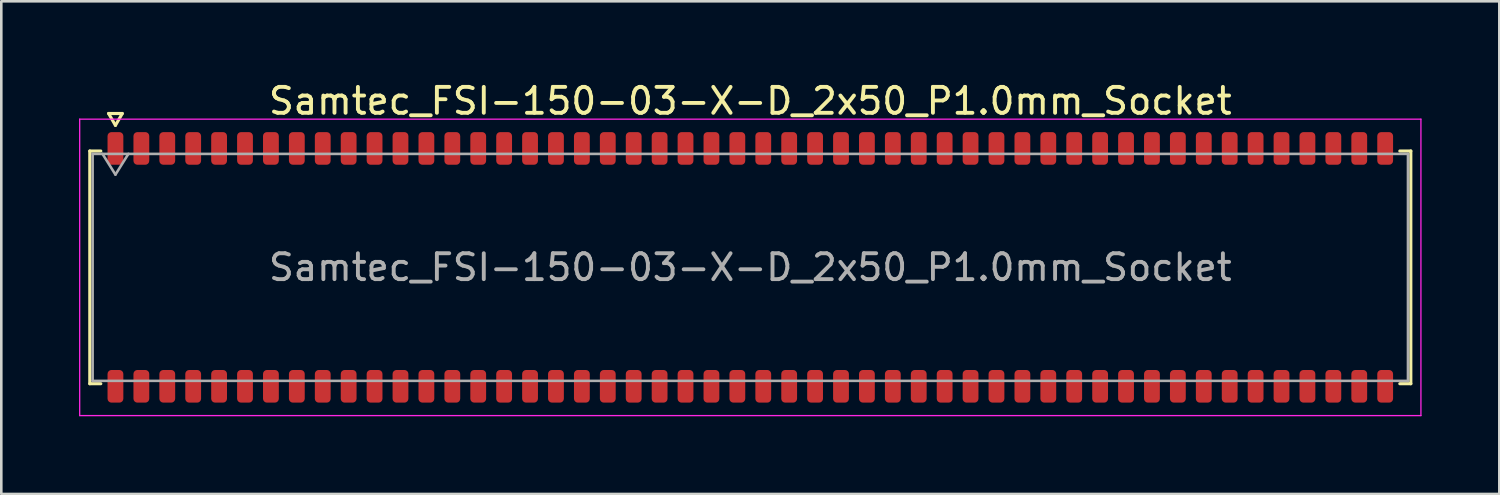
<source format=kicad_pcb>
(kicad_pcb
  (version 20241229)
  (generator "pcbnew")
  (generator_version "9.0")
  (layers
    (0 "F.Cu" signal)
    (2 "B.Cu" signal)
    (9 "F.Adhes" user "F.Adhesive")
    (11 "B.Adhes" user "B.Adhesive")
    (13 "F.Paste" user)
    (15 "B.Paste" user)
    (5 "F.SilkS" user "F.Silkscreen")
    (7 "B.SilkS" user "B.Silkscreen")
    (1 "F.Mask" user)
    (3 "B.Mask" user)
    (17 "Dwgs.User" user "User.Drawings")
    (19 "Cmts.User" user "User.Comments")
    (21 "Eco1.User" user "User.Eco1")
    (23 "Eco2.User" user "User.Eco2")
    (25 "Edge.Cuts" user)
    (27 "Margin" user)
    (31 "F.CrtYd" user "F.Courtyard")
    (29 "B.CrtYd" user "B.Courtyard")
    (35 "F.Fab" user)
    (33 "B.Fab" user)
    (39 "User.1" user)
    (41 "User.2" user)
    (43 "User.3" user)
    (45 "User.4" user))
  (footprint "Samtec_FSI-150-03-X-D_2x50_P1.0mm_Socket"
    (layer "F.Cu")
    (at 25.905 7.268)
    (property "Reference" "Samtec_FSI-150-03-X-D_2x50_P1.0mm_Socket" (at 0 -6.42 0) (layer "F.SilkS") (effects (font (size 1 1) (thickness 0.15))))
    (attr smd)
    (fp_line (start -25.49 -4.49) (end -25.065 -4.49) (stroke (width 0.12) (type solid)) (layer "F.SilkS"))
    (fp_line (start -25.49 4.49) (end -25.49 -4.49) (stroke (width 0.12) (type solid)) (layer "F.SilkS"))
    (fp_line (start -25.065 4.49) (end -25.49 4.49) (stroke (width 0.12) (type solid)) (layer "F.SilkS"))
    (fp_line (start -24.764 -5.938) (end -24.5 -5.48) (stroke (width 0.12) (type solid)) (layer "F.SilkS"))
    (fp_line (start -24.5 -5.48) (end -24.236 -5.938) (stroke (width 0.12) (type solid)) (layer "F.SilkS"))
    (fp_line (start -24.236 -5.938) (end -24.764 -5.938) (stroke (width 0.12) (type solid)) (layer "F.SilkS"))
    (fp_line (start 25.065 -4.49) (end 25.49 -4.49) (stroke (width 0.12) (type solid)) (layer "F.SilkS"))
    (fp_line (start 25.49 -4.49) (end 25.49 4.49) (stroke (width 0.12) (type solid)) (layer "F.SilkS"))
    (fp_line (start 25.49 4.49) (end 25.065 4.49) (stroke (width 0.12) (type solid)) (layer "F.SilkS"))
    (fp_line (start -25.88 -5.72) (end -25.88 5.72) (stroke (width 0.05) (type solid)) (layer "F.CrtYd"))
    (fp_line (start -25.88 5.72) (end 25.88 5.72) (stroke (width 0.05) (type solid)) (layer "F.CrtYd"))
    (fp_line (start 25.88 -5.72) (end -25.88 -5.72) (stroke (width 0.05) (type solid)) (layer "F.CrtYd"))
    (fp_line (start 25.88 5.72) (end 25.88 -5.72) (stroke (width 0.05) (type solid)) (layer "F.CrtYd"))
    (fp_line (start -25.38 -4.38) (end 25.38 -4.38) (stroke (width 0.1) (type solid)) (layer "F.Fab"))
    (fp_line (start -25.38 4.38) (end -25.38 -4.38) (stroke (width 0.1) (type solid)) (layer "F.Fab"))
    (fp_line (start -25 -4.38) (end -24.5 -3.58) (stroke (width 0.1) (type solid)) (layer "F.Fab"))
    (fp_line (start -24.5 -3.58) (end -24 -4.38) (stroke (width 0.1) (type solid)) (layer "F.Fab"))
    (fp_line (start 25.38 -4.38) (end 25.38 4.38) (stroke (width 0.1) (type solid)) (layer "F.Fab"))
    (fp_line (start 25.38 4.38) (end -25.38 4.38) (stroke (width 0.1) (type solid)) (layer "F.Fab"))
    (fp_text user "${REFERENCE}" (at 0 0 0) (layer "F.Fab") (effects (font (size 1 1) (thickness 0.15))))
    (pad "1" smd roundrect (at -24.5 -4.59) (size 0.61 1.26) (layers "F.Cu" "F.Mask" "F.Paste") (roundrect_rratio 0.25))
    (pad "2" smd roundrect (at -24.5 4.59) (size 0.61 1.26) (layers "F.Cu" "F.Mask" "F.Paste") (roundrect_rratio 0.25))
    (pad "3" smd roundrect (at -23.5 -4.59) (size 0.61 1.26) (layers "F.Cu" "F.Mask" "F.Paste") (roundrect_rratio 0.25))
    (pad "4" smd roundrect (at -23.5 4.59) (size 0.61 1.26) (layers "F.Cu" "F.Mask" "F.Paste") (roundrect_rratio 0.25))
    (pad "5" smd roundrect (at -22.5 -4.59) (size 0.61 1.26) (layers "F.Cu" "F.Mask" "F.Paste") (roundrect_rratio 0.25))
    (pad "6" smd roundrect (at -22.5 4.59) (size 0.61 1.26) (layers "F.Cu" "F.Mask" "F.Paste") (roundrect_rratio 0.25))
    (pad "7" smd roundrect (at -21.5 -4.59) (size 0.61 1.26) (layers "F.Cu" "F.Mask" "F.Paste") (roundrect_rratio 0.25))
    (pad "8" smd roundrect (at -21.5 4.59) (size 0.61 1.26) (layers "F.Cu" "F.Mask" "F.Paste") (roundrect_rratio 0.25))
    (pad "9" smd roundrect (at -20.5 -4.59) (size 0.61 1.26) (layers "F.Cu" "F.Mask" "F.Paste") (roundrect_rratio 0.25))
    (pad "10" smd roundrect (at -20.5 4.59) (size 0.61 1.26) (layers "F.Cu" "F.Mask" "F.Paste") (roundrect_rratio 0.25))
    (pad "11" smd roundrect (at -19.5 -4.59) (size 0.61 1.26) (layers "F.Cu" "F.Mask" "F.Paste") (roundrect_rratio 0.25))
    (pad "12" smd roundrect (at -19.5 4.59) (size 0.61 1.26) (layers "F.Cu" "F.Mask" "F.Paste") (roundrect_rratio 0.25))
    (pad "13" smd roundrect (at -18.5 -4.59) (size 0.61 1.26) (layers "F.Cu" "F.Mask" "F.Paste") (roundrect_rratio 0.25))
    (pad "14" smd roundrect (at -18.5 4.59) (size 0.61 1.26) (layers "F.Cu" "F.Mask" "F.Paste") (roundrect_rratio 0.25))
    (pad "15" smd roundrect (at -17.5 -4.59) (size 0.61 1.26) (layers "F.Cu" "F.Mask" "F.Paste") (roundrect_rratio 0.25))
    (pad "16" smd roundrect (at -17.5 4.59) (size 0.61 1.26) (layers "F.Cu" "F.Mask" "F.Paste") (roundrect_rratio 0.25))
    (pad "17" smd roundrect (at -16.5 -4.59) (size 0.61 1.26) (layers "F.Cu" "F.Mask" "F.Paste") (roundrect_rratio 0.25))
    (pad "18" smd roundrect (at -16.5 4.59) (size 0.61 1.26) (layers "F.Cu" "F.Mask" "F.Paste") (roundrect_rratio 0.25))
    (pad "19" smd roundrect (at -15.5 -4.59) (size 0.61 1.26) (layers "F.Cu" "F.Mask" "F.Paste") (roundrect_rratio 0.25))
    (pad "20" smd roundrect (at -15.5 4.59) (size 0.61 1.26) (layers "F.Cu" "F.Mask" "F.Paste") (roundrect_rratio 0.25))
    (pad "21" smd roundrect (at -14.5 -4.59) (size 0.61 1.26) (layers "F.Cu" "F.Mask" "F.Paste") (roundrect_rratio 0.25))
    (pad "22" smd roundrect (at -14.5 4.59) (size 0.61 1.26) (layers "F.Cu" "F.Mask" "F.Paste") (roundrect_rratio 0.25))
    (pad "23" smd roundrect (at -13.5 -4.59) (size 0.61 1.26) (layers "F.Cu" "F.Mask" "F.Paste") (roundrect_rratio 0.25))
    (pad "24" smd roundrect (at -13.5 4.59) (size 0.61 1.26) (layers "F.Cu" "F.Mask" "F.Paste") (roundrect_rratio 0.25))
    (pad "25" smd roundrect (at -12.5 -4.59) (size 0.61 1.26) (layers "F.Cu" "F.Mask" "F.Paste") (roundrect_rratio 0.25))
    (pad "26" smd roundrect (at -12.5 4.59) (size 0.61 1.26) (layers "F.Cu" "F.Mask" "F.Paste") (roundrect_rratio 0.25))
    (pad "27" smd roundrect (at -11.5 -4.59) (size 0.61 1.26) (layers "F.Cu" "F.Mask" "F.Paste") (roundrect_rratio 0.25))
    (pad "28" smd roundrect (at -11.5 4.59) (size 0.61 1.26) (layers "F.Cu" "F.Mask" "F.Paste") (roundrect_rratio 0.25))
    (pad "29" smd roundrect (at -10.5 -4.59) (size 0.61 1.26) (layers "F.Cu" "F.Mask" "F.Paste") (roundrect_rratio 0.25))
    (pad "30" smd roundrect (at -10.5 4.59) (size 0.61 1.26) (layers "F.Cu" "F.Mask" "F.Paste") (roundrect_rratio 0.25))
    (pad "31" smd roundrect (at -9.5 -4.59) (size 0.61 1.26) (layers "F.Cu" "F.Mask" "F.Paste") (roundrect_rratio 0.25))
    (pad "32" smd roundrect (at -9.5 4.59) (size 0.61 1.26) (layers "F.Cu" "F.Mask" "F.Paste") (roundrect_rratio 0.25))
    (pad "33" smd roundrect (at -8.5 -4.59) (size 0.61 1.26) (layers "F.Cu" "F.Mask" "F.Paste") (roundrect_rratio 0.25))
    (pad "34" smd roundrect (at -8.5 4.59) (size 0.61 1.26) (layers "F.Cu" "F.Mask" "F.Paste") (roundrect_rratio 0.25))
    (pad "35" smd roundrect (at -7.5 -4.59) (size 0.61 1.26) (layers "F.Cu" "F.Mask" "F.Paste") (roundrect_rratio 0.25))
    (pad "36" smd roundrect (at -7.5 4.59) (size 0.61 1.26) (layers "F.Cu" "F.Mask" "F.Paste") (roundrect_rratio 0.25))
    (pad "37" smd roundrect (at -6.5 -4.59) (size 0.61 1.26) (layers "F.Cu" "F.Mask" "F.Paste") (roundrect_rratio 0.25))
    (pad "38" smd roundrect (at -6.5 4.59) (size 0.61 1.26) (layers "F.Cu" "F.Mask" "F.Paste") (roundrect_rratio 0.25))
    (pad "39" smd roundrect (at -5.5 -4.59) (size 0.61 1.26) (layers "F.Cu" "F.Mask" "F.Paste") (roundrect_rratio 0.25))
    (pad "40" smd roundrect (at -5.5 4.59) (size 0.61 1.26) (layers "F.Cu" "F.Mask" "F.Paste") (roundrect_rratio 0.25))
    (pad "41" smd roundrect (at -4.5 -4.59) (size 0.61 1.26) (layers "F.Cu" "F.Mask" "F.Paste") (roundrect_rratio 0.25))
    (pad "42" smd roundrect (at -4.5 4.59) (size 0.61 1.26) (layers "F.Cu" "F.Mask" "F.Paste") (roundrect_rratio 0.25))
    (pad "43" smd roundrect (at -3.5 -4.59) (size 0.61 1.26) (layers "F.Cu" "F.Mask" "F.Paste") (roundrect_rratio 0.25))
    (pad "44" smd roundrect (at -3.5 4.59) (size 0.61 1.26) (layers "F.Cu" "F.Mask" "F.Paste") (roundrect_rratio 0.25))
    (pad "45" smd roundrect (at -2.5 -4.59) (size 0.61 1.26) (layers "F.Cu" "F.Mask" "F.Paste") (roundrect_rratio 0.25))
    (pad "46" smd roundrect (at -2.5 4.59) (size 0.61 1.26) (layers "F.Cu" "F.Mask" "F.Paste") (roundrect_rratio 0.25))
    (pad "47" smd roundrect (at -1.5 -4.59) (size 0.61 1.26) (layers "F.Cu" "F.Mask" "F.Paste") (roundrect_rratio 0.25))
    (pad "48" smd roundrect (at -1.5 4.59) (size 0.61 1.26) (layers "F.Cu" "F.Mask" "F.Paste") (roundrect_rratio 0.25))
    (pad "49" smd roundrect (at -0.5 -4.59) (size 0.61 1.26) (layers "F.Cu" "F.Mask" "F.Paste") (roundrect_rratio 0.25))
    (pad "50" smd roundrect (at -0.5 4.59) (size 0.61 1.26) (layers "F.Cu" "F.Mask" "F.Paste") (roundrect_rratio 0.25))
    (pad "51" smd roundrect (at 0.5 -4.59) (size 0.61 1.26) (layers "F.Cu" "F.Mask" "F.Paste") (roundrect_rratio 0.25))
    (pad "52" smd roundrect (at 0.5 4.59) (size 0.61 1.26) (layers "F.Cu" "F.Mask" "F.Paste") (roundrect_rratio 0.25))
    (pad "53" smd roundrect (at 1.5 -4.59) (size 0.61 1.26) (layers "F.Cu" "F.Mask" "F.Paste") (roundrect_rratio 0.25))
    (pad "54" smd roundrect (at 1.5 4.59) (size 0.61 1.26) (layers "F.Cu" "F.Mask" "F.Paste") (roundrect_rratio 0.25))
    (pad "55" smd roundrect (at 2.5 -4.59) (size 0.61 1.26) (layers "F.Cu" "F.Mask" "F.Paste") (roundrect_rratio 0.25))
    (pad "56" smd roundrect (at 2.5 4.59) (size 0.61 1.26) (layers "F.Cu" "F.Mask" "F.Paste") (roundrect_rratio 0.25))
    (pad "57" smd roundrect (at 3.5 -4.59) (size 0.61 1.26) (layers "F.Cu" "F.Mask" "F.Paste") (roundrect_rratio 0.25))
    (pad "58" smd roundrect (at 3.5 4.59) (size 0.61 1.26) (layers "F.Cu" "F.Mask" "F.Paste") (roundrect_rratio 0.25))
    (pad "59" smd roundrect (at 4.5 -4.59) (size 0.61 1.26) (layers "F.Cu" "F.Mask" "F.Paste") (roundrect_rratio 0.25))
    (pad "60" smd roundrect (at 4.5 4.59) (size 0.61 1.26) (layers "F.Cu" "F.Mask" "F.Paste") (roundrect_rratio 0.25))
    (pad "61" smd roundrect (at 5.5 -4.59) (size 0.61 1.26) (layers "F.Cu" "F.Mask" "F.Paste") (roundrect_rratio 0.25))
    (pad "62" smd roundrect (at 5.5 4.59) (size 0.61 1.26) (layers "F.Cu" "F.Mask" "F.Paste") (roundrect_rratio 0.25))
    (pad "63" smd roundrect (at 6.5 -4.59) (size 0.61 1.26) (layers "F.Cu" "F.Mask" "F.Paste") (roundrect_rratio 0.25))
    (pad "64" smd roundrect (at 6.5 4.59) (size 0.61 1.26) (layers "F.Cu" "F.Mask" "F.Paste") (roundrect_rratio 0.25))
    (pad "65" smd roundrect (at 7.5 -4.59) (size 0.61 1.26) (layers "F.Cu" "F.Mask" "F.Paste") (roundrect_rratio 0.25))
    (pad "66" smd roundrect (at 7.5 4.59) (size 0.61 1.26) (layers "F.Cu" "F.Mask" "F.Paste") (roundrect_rratio 0.25))
    (pad "67" smd roundrect (at 8.5 -4.59) (size 0.61 1.26) (layers "F.Cu" "F.Mask" "F.Paste") (roundrect_rratio 0.25))
    (pad "68" smd roundrect (at 8.5 4.59) (size 0.61 1.26) (layers "F.Cu" "F.Mask" "F.Paste") (roundrect_rratio 0.25))
    (pad "69" smd roundrect (at 9.5 -4.59) (size 0.61 1.26) (layers "F.Cu" "F.Mask" "F.Paste") (roundrect_rratio 0.25))
    (pad "70" smd roundrect (at 9.5 4.59) (size 0.61 1.26) (layers "F.Cu" "F.Mask" "F.Paste") (roundrect_rratio 0.25))
    (pad "71" smd roundrect (at 10.5 -4.59) (size 0.61 1.26) (layers "F.Cu" "F.Mask" "F.Paste") (roundrect_rratio 0.25))
    (pad "72" smd roundrect (at 10.5 4.59) (size 0.61 1.26) (layers "F.Cu" "F.Mask" "F.Paste") (roundrect_rratio 0.25))
    (pad "73" smd roundrect (at 11.5 -4.59) (size 0.61 1.26) (layers "F.Cu" "F.Mask" "F.Paste") (roundrect_rratio 0.25))
    (pad "74" smd roundrect (at 11.5 4.59) (size 0.61 1.26) (layers "F.Cu" "F.Mask" "F.Paste") (roundrect_rratio 0.25))
    (pad "75" smd roundrect (at 12.5 -4.59) (size 0.61 1.26) (layers "F.Cu" "F.Mask" "F.Paste") (roundrect_rratio 0.25))
    (pad "76" smd roundrect (at 12.5 4.59) (size 0.61 1.26) (layers "F.Cu" "F.Mask" "F.Paste") (roundrect_rratio 0.25))
    (pad "77" smd roundrect (at 13.5 -4.59) (size 0.61 1.26) (layers "F.Cu" "F.Mask" "F.Paste") (roundrect_rratio 0.25))
    (pad "78" smd roundrect (at 13.5 4.59) (size 0.61 1.26) (layers "F.Cu" "F.Mask" "F.Paste") (roundrect_rratio 0.25))
    (pad "79" smd roundrect (at 14.5 -4.59) (size 0.61 1.26) (layers "F.Cu" "F.Mask" "F.Paste") (roundrect_rratio 0.25))
    (pad "80" smd roundrect (at 14.5 4.59) (size 0.61 1.26) (layers "F.Cu" "F.Mask" "F.Paste") (roundrect_rratio 0.25))
    (pad "81" smd roundrect (at 15.5 -4.59) (size 0.61 1.26) (layers "F.Cu" "F.Mask" "F.Paste") (roundrect_rratio 0.25))
    (pad "82" smd roundrect (at 15.5 4.59) (size 0.61 1.26) (layers "F.Cu" "F.Mask" "F.Paste") (roundrect_rratio 0.25))
    (pad "83" smd roundrect (at 16.5 -4.59) (size 0.61 1.26) (layers "F.Cu" "F.Mask" "F.Paste") (roundrect_rratio 0.25))
    (pad "84" smd roundrect (at 16.5 4.59) (size 0.61 1.26) (layers "F.Cu" "F.Mask" "F.Paste") (roundrect_rratio 0.25))
    (pad "85" smd roundrect (at 17.5 -4.59) (size 0.61 1.26) (layers "F.Cu" "F.Mask" "F.Paste") (roundrect_rratio 0.25))
    (pad "86" smd roundrect (at 17.5 4.59) (size 0.61 1.26) (layers "F.Cu" "F.Mask" "F.Paste") (roundrect_rratio 0.25))
    (pad "87" smd roundrect (at 18.5 -4.59) (size 0.61 1.26) (layers "F.Cu" "F.Mask" "F.Paste") (roundrect_rratio 0.25))
    (pad "88" smd roundrect (at 18.5 4.59) (size 0.61 1.26) (layers "F.Cu" "F.Mask" "F.Paste") (roundrect_rratio 0.25))
    (pad "89" smd roundrect (at 19.5 -4.59) (size 0.61 1.26) (layers "F.Cu" "F.Mask" "F.Paste") (roundrect_rratio 0.25))
    (pad "90" smd roundrect (at 19.5 4.59) (size 0.61 1.26) (layers "F.Cu" "F.Mask" "F.Paste") (roundrect_rratio 0.25))
    (pad "91" smd roundrect (at 20.5 -4.59) (size 0.61 1.26) (layers "F.Cu" "F.Mask" "F.Paste") (roundrect_rratio 0.25))
    (pad "92" smd roundrect (at 20.5 4.59) (size 0.61 1.26) (layers "F.Cu" "F.Mask" "F.Paste") (roundrect_rratio 0.25))
    (pad "93" smd roundrect (at 21.5 -4.59) (size 0.61 1.26) (layers "F.Cu" "F.Mask" "F.Paste") (roundrect_rratio 0.25))
    (pad "94" smd roundrect (at 21.5 4.59) (size 0.61 1.26) (layers "F.Cu" "F.Mask" "F.Paste") (roundrect_rratio 0.25))
    (pad "95" smd roundrect (at 22.5 -4.59) (size 0.61 1.26) (layers "F.Cu" "F.Mask" "F.Paste") (roundrect_rratio 0.25))
    (pad "96" smd roundrect (at 22.5 4.59) (size 0.61 1.26) (layers "F.Cu" "F.Mask" "F.Paste") (roundrect_rratio 0.25))
    (pad "97" smd roundrect (at 23.5 -4.59) (size 0.61 1.26) (layers "F.Cu" "F.Mask" "F.Paste") (roundrect_rratio 0.25))
    (pad "98" smd roundrect (at 23.5 4.59) (size 0.61 1.26) (layers "F.Cu" "F.Mask" "F.Paste") (roundrect_rratio 0.25))
    (pad "99" smd roundrect (at 24.5 -4.59) (size 0.61 1.26) (layers "F.Cu" "F.Mask" "F.Paste") (roundrect_rratio 0.25))
    (pad "100" smd roundrect (at 24.5 4.59) (size 0.61 1.26) (layers "F.Cu" "F.Mask" "F.Paste") (roundrect_rratio 0.25)))
  (gr_rect
    (start -3 -3)
    (end 54.81 16.013)
    (stroke (width 0.1) (type default))
    (fill no)
    (layer "Edge.Cuts")))
</source>
